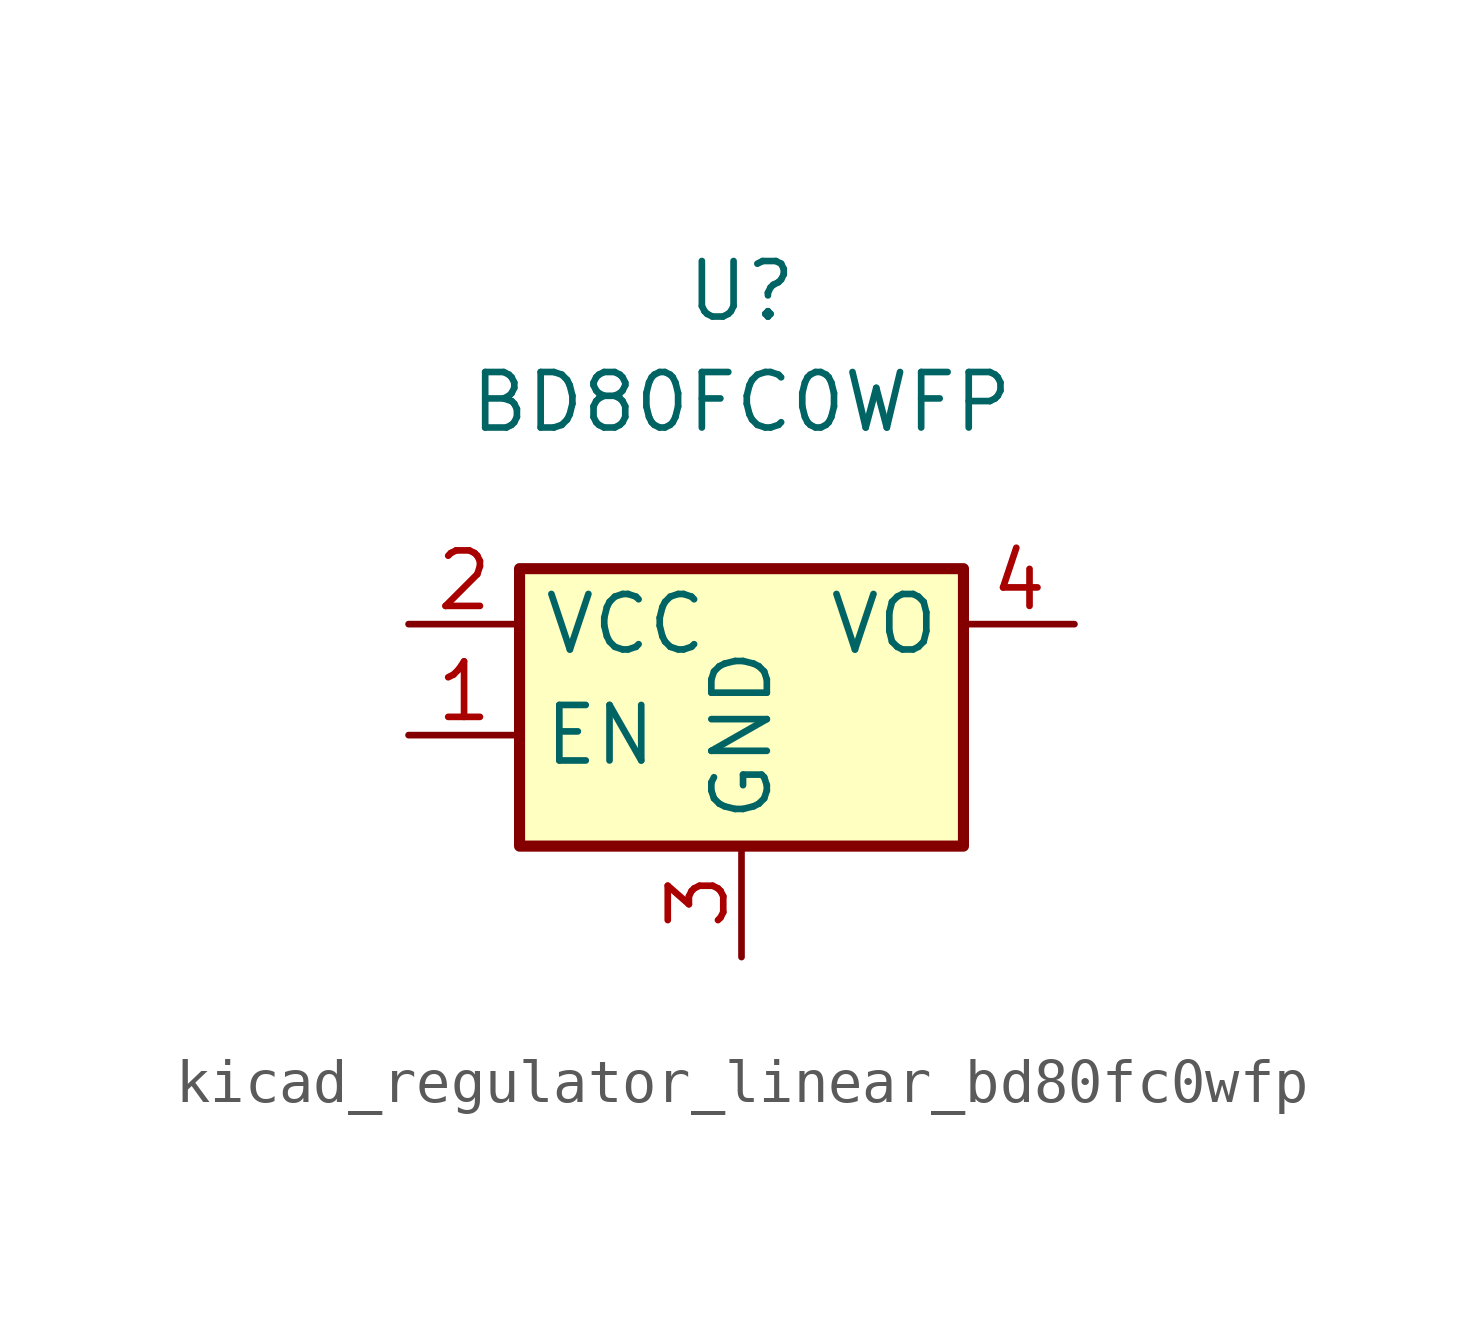
<source format=kicad_sym>
(kicad_symbol_lib
  (version 20220914)
  (generator kicad_symbol_editor)
  (symbol "kicad_regulator_linear_bd80fc0wfp"
    (property "Reference" "U"
      (at 0 7.62 0)
      (effects (font (size 1.27 1.27))))
    (property "Value" "BD80FC0WFP"
      (at 0 5.08 0)
      (effects (font (size 1.27 1.27))))
    (symbol "kicad_regulator_linear_bd80fc0wfp_1_1"
      (rectangle (start -5.08 -5.08) (end 5.08 1.27) (stroke (width 0.254) (type default)) (fill (type background)))
      (pin input line (at -7.62 -2.54 0) (length 2.54) (name "EN" (effects (font (size 1.27 1.27)))) (number "1" (effects (font (size 1.27 1.27)))))
      (pin power_in line (at -7.62 0 0) (length 2.54) (name "VCC" (effects (font (size 1.27 1.27)))) (number "2" (effects (font (size 1.27 1.27)))))
      (pin power_in line (at 0 -7.62 90) (length 2.54) (name "GND" (effects (font (size 1.27 1.27)))) (number "3" (effects (font (size 1.27 1.27)))))
      (pin power_out line (at 7.62 0 180) (length 2.54) (name "VO" (effects (font (size 1.27 1.27)))) (number "4" (effects (font (size 1.27 1.27)))))
      (pin no_connect line (at 5.08 -2.54 180) (length 2.54) hide (name "NC" (effects (font (size 1.27 1.27)))) (number "5" (effects (font (size 1.27 1.27))))))))
</source>
